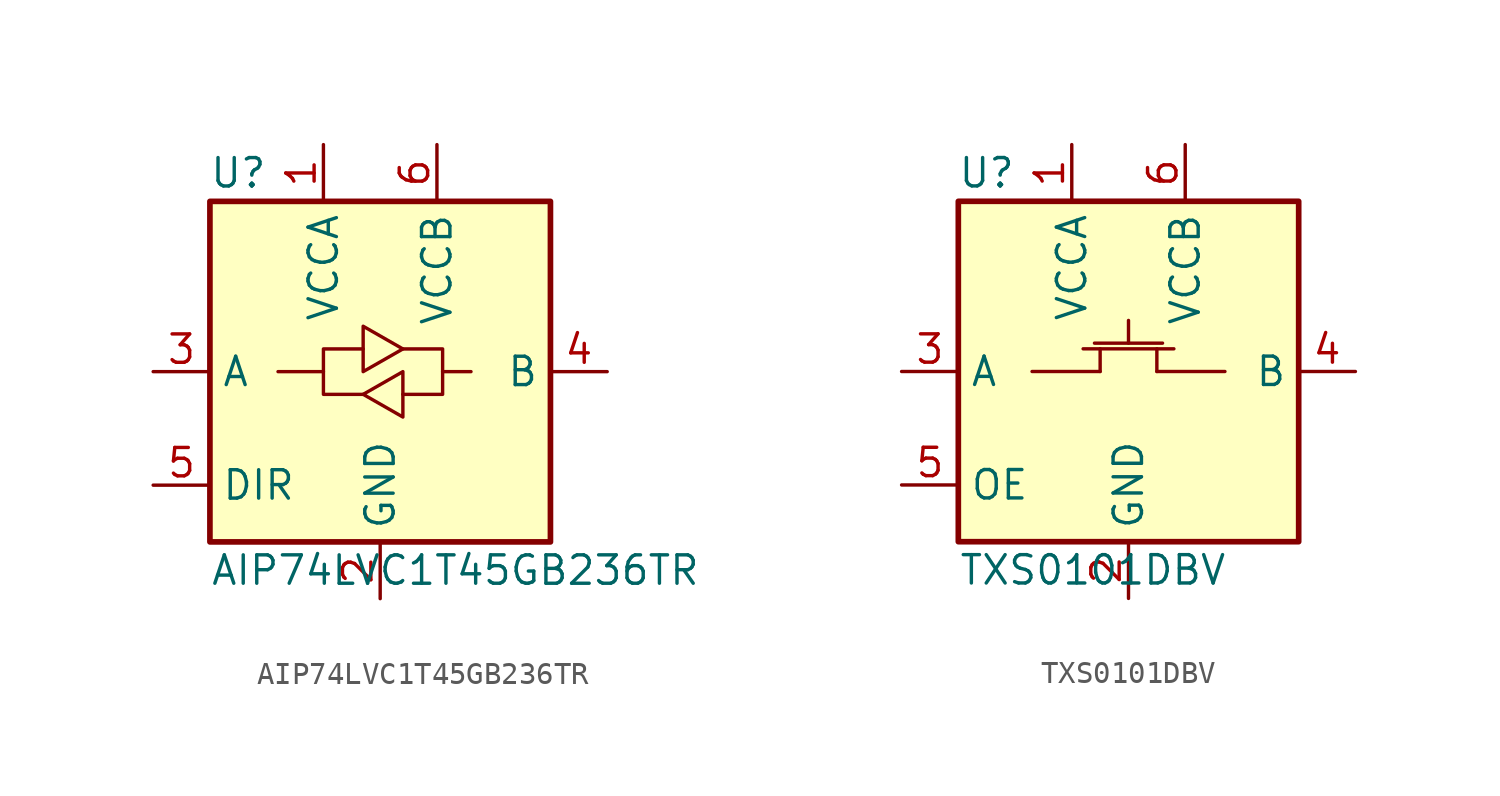
<source format=kicad_sym>
(kicad_symbol_lib
  (version 20220914)
  (generator kicad_symbol_editor)
  (symbol "AIP74LVC1T45GB236TR"
    (property "Reference" "U"
      (at 1.27 1.27 0)
      (effects (font (size 1.27 1.27))))
    (property "Value" "AIP74LVC1T45GB236TR"
      (at 0 -16.51 0)
      (effects (font (size 1.27 1.27)) (justify left)))
    (symbol "AIP74LVC1T45GB236TR_0_1"
      (polyline (pts (xy 5.08 -7.62) (xy 5.08 -6.604) (xy 6.858 -6.604)) (stroke (width 0) (type default)) (fill (type none)))
      (polyline (pts (xy 10.414 -7.62) (xy 10.414 -8.636) (xy 8.636 -8.636)) (stroke (width 0) (type default)) (fill (type none)))
      (polyline (pts (xy 6.858 -8.636) (xy 5.08 -8.636) (xy 5.08 -7.62) (xy 3.048 -7.62)) (stroke (width 0) (type default)) (fill (type none)))
      (polyline (pts (xy 6.858 -7.62) (xy 6.858 -5.588) (xy 8.636 -6.604) (xy 6.858 -7.62)) (stroke (width 0) (type default)) (fill (type none)))
      (polyline (pts (xy 8.636 -6.604) (xy 10.414 -6.604) (xy 10.414 -7.62) (xy 11.684 -7.62)) (stroke (width 0) (type default)) (fill (type none)))
      (polyline (pts (xy 8.636 -7.62) (xy 8.636 -9.398) (xy 8.636 -9.652) (xy 6.858 -8.636) (xy 8.636 -7.62)) (stroke (width 0) (type default)) (fill (type none)))
      (rectangle (start 0 0) (end 15.24 -15.24) (stroke (width 0.254) (type default)) (fill (type background))))
    (symbol "AIP74LVC1T45GB236TR_1_1"
      (pin power_in line (at 5.08 2.54 270) (length 2.54) (name "VCCA" (effects (font (size 1.27 1.27)))) (number "1" (effects (font (size 1.27 1.27)))))
      (pin power_in line (at 7.62 -17.78 90) (length 2.54) (name "GND" (effects (font (size 1.27 1.27)))) (number "2" (effects (font (size 1.27 1.27)))))
      (pin bidirectional line (at -2.54 -7.62 0) (length 2.54) (name "A" (effects (font (size 1.27 1.27)))) (number "3" (effects (font (size 1.27 1.27)))))
      (pin bidirectional line (at 17.78 -7.62 180) (length 2.54) (name "B" (effects (font (size 1.27 1.27)))) (number "4" (effects (font (size 1.27 1.27)))))
      (pin input line (at -2.54 -12.7 0) (length 2.54) (name "DIR" (effects (font (size 1.27 1.27)))) (number "5" (effects (font (size 1.27 1.27)))))
      (pin power_in line (at 10.16 2.54 270) (length 2.54) (name "VCCB" (effects (font (size 1.27 1.27)))) (number "6" (effects (font (size 1.27 1.27)))))))
  (symbol "TXS0101DBV"
    (property "Reference" "U"
      (at 1.27 1.27 0)
      (effects (font (size 1.27 1.27))))
    (property "Value" "TXS0101DBV"
      (at 0 -16.51 0)
      (effects (font (size 1.27 1.27)) (justify left)))
    (symbol "TXS0101DBV_0_1"
      (rectangle (start 0 0) (end 15.24 -15.24) (stroke (width 0.254) (type default)) (fill (type background))))
    (symbol "TXS0101DBV_1_1"
      (polyline (pts (xy 3.302 -7.62) (xy 6.35 -7.62)) (stroke (width 0) (type default)) (fill (type none)))
      (polyline (pts (xy 5.588 -6.604) (xy 9.652 -6.604)) (stroke (width 0) (type default)) (fill (type none)))
      (polyline (pts (xy 6.096 -6.35) (xy 9.144 -6.35)) (stroke (width 0) (type default)) (fill (type none)))
      (polyline (pts (xy 6.35 -7.62) (xy 6.35 -6.604)) (stroke (width 0) (type default)) (fill (type none)))
      (polyline (pts (xy 7.62 -6.35) (xy 7.62 -5.334)) (stroke (width 0) (type default)) (fill (type none)))
      (polyline (pts (xy 8.89 -7.62) (xy 8.89 -6.604)) (stroke (width 0) (type default)) (fill (type none)))
      (polyline (pts (xy 11.938 -7.62) (xy 8.89 -7.62)) (stroke (width 0) (type default)) (fill (type none)))
      (pin power_in line (at 5.08 2.54 270) (length 2.54) (name "VCCA" (effects (font (size 1.27 1.27)))) (number "1" (effects (font (size 1.27 1.27)))))
      (pin power_in line (at 7.62 -17.78 90) (length 2.54) (name "GND" (effects (font (size 1.27 1.27)))) (number "2" (effects (font (size 1.27 1.27)))))
      (pin bidirectional line (at -2.54 -7.62 0) (length 2.54) (name "A" (effects (font (size 1.27 1.27)))) (number "3" (effects (font (size 1.27 1.27)))))
      (pin bidirectional line (at 17.78 -7.62 180) (length 2.54) (name "B" (effects (font (size 1.27 1.27)))) (number "4" (effects (font (size 1.27 1.27)))))
      (pin input line (at -2.54 -12.7 0) (length 2.54) (name "OE" (effects (font (size 1.27 1.27)))) (number "5" (effects (font (size 1.27 1.27)))))
      (pin power_in line (at 10.16 2.54 270) (length 2.54) (name "VCCB" (effects (font (size 1.27 1.27)))) (number "6" (effects (font (size 1.27 1.27))))))))
</source>
